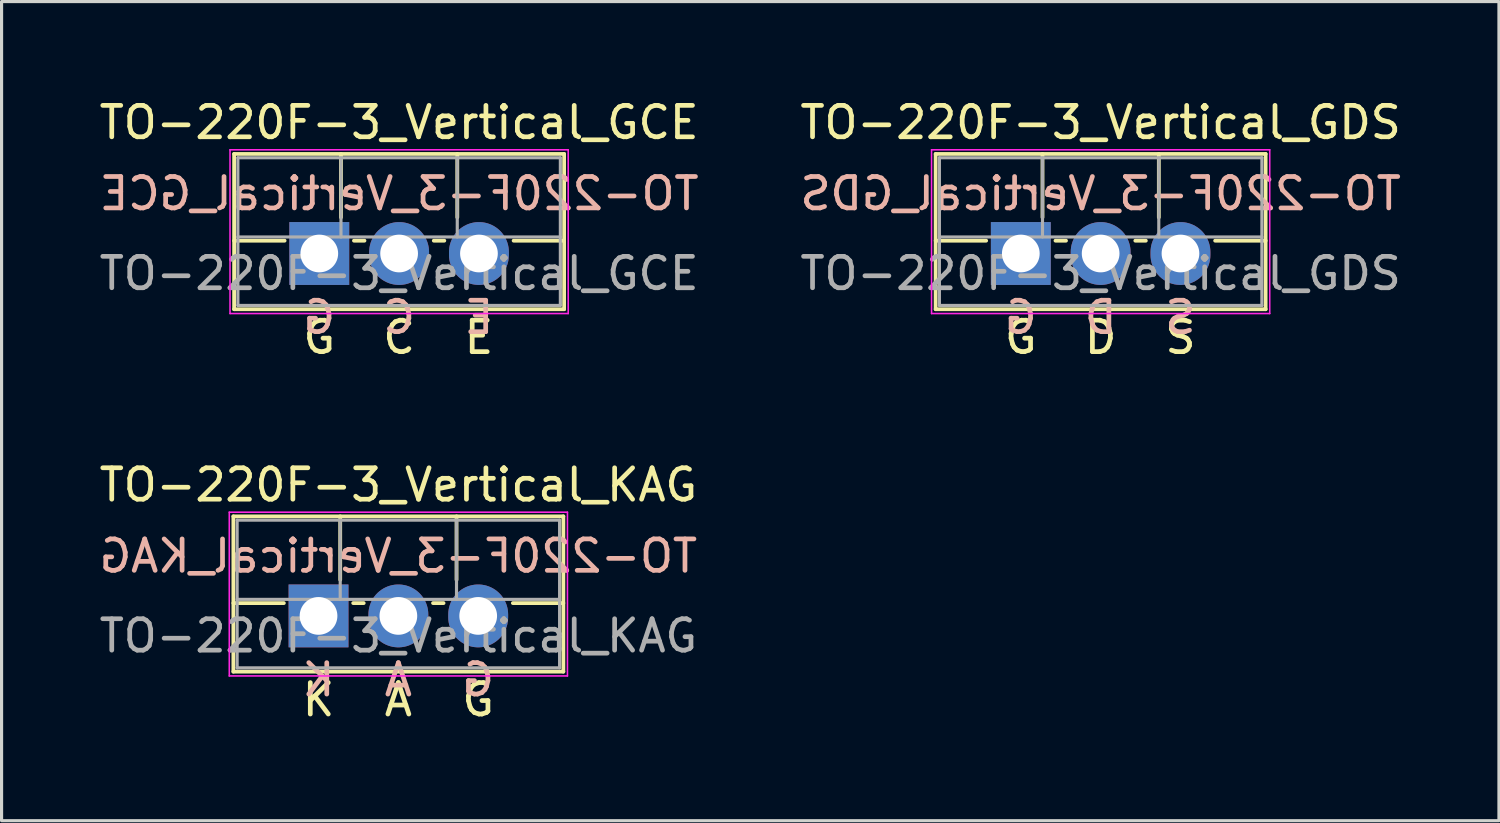
<source format=kicad_pcb>
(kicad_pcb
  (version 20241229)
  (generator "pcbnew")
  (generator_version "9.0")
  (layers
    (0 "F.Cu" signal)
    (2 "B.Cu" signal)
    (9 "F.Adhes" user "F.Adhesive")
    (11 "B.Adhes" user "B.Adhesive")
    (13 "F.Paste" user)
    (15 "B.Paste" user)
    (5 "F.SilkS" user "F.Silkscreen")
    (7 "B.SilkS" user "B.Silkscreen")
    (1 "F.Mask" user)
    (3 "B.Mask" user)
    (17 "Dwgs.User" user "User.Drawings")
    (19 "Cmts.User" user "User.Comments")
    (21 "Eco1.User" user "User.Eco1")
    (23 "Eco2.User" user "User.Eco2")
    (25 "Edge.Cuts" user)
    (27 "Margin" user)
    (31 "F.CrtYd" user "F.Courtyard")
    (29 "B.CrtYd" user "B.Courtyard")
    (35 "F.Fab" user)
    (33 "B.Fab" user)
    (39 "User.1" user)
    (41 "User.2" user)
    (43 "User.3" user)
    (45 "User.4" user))
  (footprint "TO-220F-3_Vertical_GDS"
    (layer "F.Cu")
    (at 29.43 5.016)
    (property "Reference" "TO-220F-3_Vertical_GDS" (at 2.54 -4.168 0) (layer "F.SilkS") (effects (font (size 1 1) (thickness 0.15))))
    (fp_line (start -2.71 -3.168) (end -2.71 1.773) (stroke (width 0.12) (type solid)) (layer "F.SilkS"))
    (fp_line (start -2.71 -3.168) (end 7.79 -3.168) (stroke (width 0.12) (type solid)) (layer "F.SilkS"))
    (fp_line (start -2.71 -0.408) (end -1.103 -0.408) (stroke (width 0.12) (type solid)) (layer "F.SilkS"))
    (fp_line (start -2.71 1.773) (end 7.79 1.773) (stroke (width 0.12) (type solid)) (layer "F.SilkS"))
    (fp_line (start 0.69 -3.168) (end 0.69 -1.15) (stroke (width 0.12) (type solid)) (layer "F.SilkS"))
    (fp_line (start 1.103 -0.408) (end 1.438 -0.408) (stroke (width 0.12) (type solid)) (layer "F.SilkS"))
    (fp_line (start 3.643 -0.408) (end 3.978 -0.408) (stroke (width 0.12) (type solid)) (layer "F.SilkS"))
    (fp_line (start 4.391 -3.168) (end 4.391 -1.15) (stroke (width 0.12) (type solid)) (layer "F.SilkS"))
    (fp_line (start 6.183 -0.408) (end 7.79 -0.408) (stroke (width 0.12) (type solid)) (layer "F.SilkS"))
    (fp_line (start 7.79 -3.168) (end 7.79 1.773) (stroke (width 0.12) (type solid)) (layer "F.SilkS"))
    (fp_line (start -2.84 -3.3) (end -2.84 1.91) (stroke (width 0.05) (type solid)) (layer "F.CrtYd"))
    (fp_line (start -2.84 1.91) (end 7.92 1.91) (stroke (width 0.05) (type solid)) (layer "F.CrtYd"))
    (fp_line (start 7.92 -3.3) (end -2.84 -3.3) (stroke (width 0.05) (type solid)) (layer "F.CrtYd"))
    (fp_line (start 7.92 1.91) (end 7.92 -3.3) (stroke (width 0.05) (type solid)) (layer "F.CrtYd"))
    (fp_line (start -2.59 -3.047) (end -2.59 1.653) (stroke (width 0.1) (type solid)) (layer "F.Fab"))
    (fp_line (start -2.59 -0.527) (end 7.67 -0.527) (stroke (width 0.1) (type solid)) (layer "F.Fab"))
    (fp_line (start -2.59 1.653) (end 7.67 1.653) (stroke (width 0.1) (type solid)) (layer "F.Fab"))
    (fp_line (start 0.69 -3.047) (end 0.69 -0.527) (stroke (width 0.1) (type solid)) (layer "F.Fab"))
    (fp_line (start 4.39 -3.047) (end 4.39 -0.527) (stroke (width 0.1) (type solid)) (layer "F.Fab"))
    (fp_line (start 7.67 -3.047) (end -2.59 -3.047) (stroke (width 0.1) (type solid)) (layer "F.Fab"))
    (fp_line (start 7.67 1.653) (end 7.67 -3.047) (stroke (width 0.1) (type solid)) (layer "F.Fab"))
    (fp_text user "G" (at 0 2.667 0) (unlocked yes) (layer "F.SilkS") (effects (font (size 1 1) (thickness 0.15))))
    (fp_text user "S" (at 5.08 2.667 0) (unlocked yes) (layer "F.SilkS") (effects (font (size 1 1) (thickness 0.15))))
    (fp_text user "D" (at 2.54 2.667 0) (unlocked yes) (layer "F.SilkS") (effects (font (size 1 1) (thickness 0.15))))
    (fp_text user "G" (at 0 2.032 0) (unlocked yes) (layer "B.SilkS") (effects (font (size 1 1) (thickness 0.15)) (justify mirror)))
    (fp_text user "D" (at 2.54 2.032 0) (unlocked yes) (layer "B.SilkS") (effects (font (size 1 1) (thickness 0.15)) (justify mirror)))
    (fp_text user "${REFERENCE}" (at 2.54 -1.905 0) (layer "B.SilkS") (effects (font (size 1 1) (thickness 0.15)) (justify mirror)))
    (fp_text user "S" (at 5.08 2.032 0) (unlocked yes) (layer "B.SilkS") (effects (font (size 1 1) (thickness 0.15)) (justify mirror)))
    (fp_text user "${REFERENCE}" (at 2.54 0.635 0) (layer "F.Fab") (effects (font (size 1 1) (thickness 0.15))))
    (pad "1" thru_hole rect (at 0 0) (size 1.905 2) (drill 1.2) (layers "*.Cu" "*.Mask"))
    (pad "2" thru_hole oval (at 2.54 0) (size 1.905 2) (drill 1.2) (layers "*.Cu" "*.Mask"))
    (pad "3" thru_hole oval (at 5.08 0) (size 1.905 2) (drill 1.2) (layers "*.Cu" "*.Mask")))
  (footprint "TO-220F-3_Vertical_GCE"
    (layer "F.Cu")
    (at 7.109 5.016)
    (property "Reference" "TO-220F-3_Vertical_GCE" (at 2.54 -4.168 0) (layer "F.SilkS") (effects (font (size 1 1) (thickness 0.15))))
    (fp_line (start -2.71 -3.168) (end -2.71 1.773) (stroke (width 0.12) (type solid)) (layer "F.SilkS"))
    (fp_line (start -2.71 -3.168) (end 7.79 -3.168) (stroke (width 0.12) (type solid)) (layer "F.SilkS"))
    (fp_line (start -2.71 -0.408) (end -1.103 -0.408) (stroke (width 0.12) (type solid)) (layer "F.SilkS"))
    (fp_line (start -2.71 1.773) (end 7.79 1.773) (stroke (width 0.12) (type solid)) (layer "F.SilkS"))
    (fp_line (start 0.69 -3.168) (end 0.69 -1.15) (stroke (width 0.12) (type solid)) (layer "F.SilkS"))
    (fp_line (start 1.103 -0.408) (end 1.438 -0.408) (stroke (width 0.12) (type solid)) (layer "F.SilkS"))
    (fp_line (start 3.643 -0.408) (end 3.978 -0.408) (stroke (width 0.12) (type solid)) (layer "F.SilkS"))
    (fp_line (start 4.391 -3.168) (end 4.391 -1.15) (stroke (width 0.12) (type solid)) (layer "F.SilkS"))
    (fp_line (start 6.183 -0.408) (end 7.79 -0.408) (stroke (width 0.12) (type solid)) (layer "F.SilkS"))
    (fp_line (start 7.79 -3.168) (end 7.79 1.773) (stroke (width 0.12) (type solid)) (layer "F.SilkS"))
    (fp_line (start -2.84 -3.3) (end -2.84 1.91) (stroke (width 0.05) (type solid)) (layer "F.CrtYd"))
    (fp_line (start -2.84 1.91) (end 7.92 1.91) (stroke (width 0.05) (type solid)) (layer "F.CrtYd"))
    (fp_line (start 7.92 -3.3) (end -2.84 -3.3) (stroke (width 0.05) (type solid)) (layer "F.CrtYd"))
    (fp_line (start 7.92 1.91) (end 7.92 -3.3) (stroke (width 0.05) (type solid)) (layer "F.CrtYd"))
    (fp_line (start -2.59 -3.047) (end -2.59 1.653) (stroke (width 0.1) (type solid)) (layer "F.Fab"))
    (fp_line (start -2.59 -0.527) (end 7.67 -0.527) (stroke (width 0.1) (type solid)) (layer "F.Fab"))
    (fp_line (start -2.59 1.653) (end 7.67 1.653) (stroke (width 0.1) (type solid)) (layer "F.Fab"))
    (fp_line (start 0.69 -3.047) (end 0.69 -0.527) (stroke (width 0.1) (type solid)) (layer "F.Fab"))
    (fp_line (start 4.39 -3.047) (end 4.39 -0.527) (stroke (width 0.1) (type solid)) (layer "F.Fab"))
    (fp_line (start 7.67 -3.047) (end -2.59 -3.047) (stroke (width 0.1) (type solid)) (layer "F.Fab"))
    (fp_line (start 7.67 1.653) (end 7.67 -3.047) (stroke (width 0.1) (type solid)) (layer "F.Fab"))
    (fp_text user "E" (at 5.08 2.667 0) (unlocked yes) (layer "F.SilkS") (effects (font (size 1 1) (thickness 0.15))))
    (fp_text user "C" (at 2.54 2.667 0) (unlocked yes) (layer "F.SilkS") (effects (font (size 1 1) (thickness 0.15))))
    (fp_text user "G" (at 0 2.667 0) (unlocked yes) (layer "F.SilkS") (effects (font (size 1 1) (thickness 0.15))))
    (fp_text user "G" (at 0 2.032 0) (unlocked yes) (layer "B.SilkS") (effects (font (size 1 1) (thickness 0.15)) (justify mirror)))
    (fp_text user "E" (at 5.08 2.032 0) (unlocked yes) (layer "B.SilkS") (effects (font (size 1 1) (thickness 0.15)) (justify mirror)))
    (fp_text user "${REFERENCE}" (at 2.54 -1.905 0) (layer "B.SilkS") (effects (font (size 1 1) (thickness 0.15)) (justify mirror)))
    (fp_text user "C" (at 2.54 2.032 0) (unlocked yes) (layer "B.SilkS") (effects (font (size 1 1) (thickness 0.15)) (justify mirror)))
    (fp_text user "${REFERENCE}" (at 2.54 0.635 0) (layer "F.Fab") (effects (font (size 1 1) (thickness 0.15))))
    (pad "1" thru_hole rect (at 0 0) (size 1.905 2) (drill 1.2) (layers "*.Cu" "*.Mask"))
    (pad "2" thru_hole oval (at 2.54 0) (size 1.905 2) (drill 1.2) (layers "*.Cu" "*.Mask"))
    (pad "3" thru_hole oval (at 5.08 0) (size 1.905 2) (drill 1.2) (layers "*.Cu" "*.Mask")))
  (footprint "TO-220F-3_Vertical_KAG"
    (layer "F.Cu")
    (at 7.085 16.547)
    (property "Reference" "TO-220F-3_Vertical_KAG" (at 2.54 -4.168 0) (layer "F.SilkS") (effects (font (size 1 1) (thickness 0.15))))
    (fp_line (start -2.71 -3.168) (end -2.71 1.773) (stroke (width 0.12) (type solid)) (layer "F.SilkS"))
    (fp_line (start -2.71 -3.168) (end 7.79 -3.168) (stroke (width 0.12) (type solid)) (layer "F.SilkS"))
    (fp_line (start -2.71 -0.408) (end -1.103 -0.408) (stroke (width 0.12) (type solid)) (layer "F.SilkS"))
    (fp_line (start -2.71 1.773) (end 7.79 1.773) (stroke (width 0.12) (type solid)) (layer "F.SilkS"))
    (fp_line (start 0.69 -3.168) (end 0.69 -1.15) (stroke (width 0.12) (type solid)) (layer "F.SilkS"))
    (fp_line (start 1.103 -0.408) (end 1.438 -0.408) (stroke (width 0.12) (type solid)) (layer "F.SilkS"))
    (fp_line (start 3.643 -0.408) (end 3.978 -0.408) (stroke (width 0.12) (type solid)) (layer "F.SilkS"))
    (fp_line (start 4.391 -3.168) (end 4.391 -1.15) (stroke (width 0.12) (type solid)) (layer "F.SilkS"))
    (fp_line (start 6.183 -0.408) (end 7.79 -0.408) (stroke (width 0.12) (type solid)) (layer "F.SilkS"))
    (fp_line (start 7.79 -3.168) (end 7.79 1.773) (stroke (width 0.12) (type solid)) (layer "F.SilkS"))
    (fp_line (start -2.84 -3.3) (end -2.84 1.91) (stroke (width 0.05) (type solid)) (layer "F.CrtYd"))
    (fp_line (start -2.84 1.91) (end 7.92 1.91) (stroke (width 0.05) (type solid)) (layer "F.CrtYd"))
    (fp_line (start 7.92 -3.3) (end -2.84 -3.3) (stroke (width 0.05) (type solid)) (layer "F.CrtYd"))
    (fp_line (start 7.92 1.91) (end 7.92 -3.3) (stroke (width 0.05) (type solid)) (layer "F.CrtYd"))
    (fp_line (start -2.59 -3.047) (end -2.59 1.653) (stroke (width 0.1) (type solid)) (layer "F.Fab"))
    (fp_line (start -2.59 -0.527) (end 7.67 -0.527) (stroke (width 0.1) (type solid)) (layer "F.Fab"))
    (fp_line (start -2.59 1.653) (end 7.67 1.653) (stroke (width 0.1) (type solid)) (layer "F.Fab"))
    (fp_line (start 0.69 -3.047) (end 0.69 -0.527) (stroke (width 0.1) (type solid)) (layer "F.Fab"))
    (fp_line (start 4.39 -3.047) (end 4.39 -0.527) (stroke (width 0.1) (type solid)) (layer "F.Fab"))
    (fp_line (start 7.67 -3.047) (end -2.59 -3.047) (stroke (width 0.1) (type solid)) (layer "F.Fab"))
    (fp_line (start 7.67 1.653) (end 7.67 -3.047) (stroke (width 0.1) (type solid)) (layer "F.Fab"))
    (fp_text user "A" (at 2.54 2.667 0) (unlocked yes) (layer "F.SilkS") (effects (font (size 1 1) (thickness 0.15))))
    (fp_text user "G" (at 5.08 2.667 0) (unlocked yes) (layer "F.SilkS") (effects (font (size 1 1) (thickness 0.15))))
    (fp_text user "K" (at 0 2.667 0) (unlocked yes) (layer "F.SilkS") (effects (font (size 1 1) (thickness 0.15))))
    (fp_text user "K" (at 0 2.032 0) (unlocked yes) (layer "B.SilkS") (effects (font (size 1 1) (thickness 0.15)) (justify mirror)))
    (fp_text user "A" (at 2.54 2.032 0) (unlocked yes) (layer "B.SilkS") (effects (font (size 1 1) (thickness 0.15)) (justify mirror)))
    (fp_text user "G" (at 5.08 2.032 0) (unlocked yes) (layer "B.SilkS") (effects (font (size 1 1) (thickness 0.15)) (justify mirror)))
    (fp_text user "${REFERENCE}" (at 2.54 -1.905 0) (layer "B.SilkS") (effects (font (size 1 1) (thickness 0.15)) (justify mirror)))
    (fp_text user "${REFERENCE}" (at 2.54 0.635 0) (layer "F.Fab") (effects (font (size 1 1) (thickness 0.15))))
    (pad "1" thru_hole rect (at 0 0) (size 1.905 2) (drill 1.2) (layers "*.Cu" "*.Mask"))
    (pad "2" thru_hole oval (at 2.54 0) (size 1.905 2) (drill 1.2) (layers "*.Cu" "*.Mask"))
    (pad "3" thru_hole oval (at 5.08 0) (size 1.905 2) (drill 1.2) (layers "*.Cu" "*.Mask")))
  (gr_rect
    (start -3 -3)
    (end 44.643 23.062)
    (stroke (width 0.1) (type default))
    (fill no)
    (layer "Edge.Cuts")))
</source>
